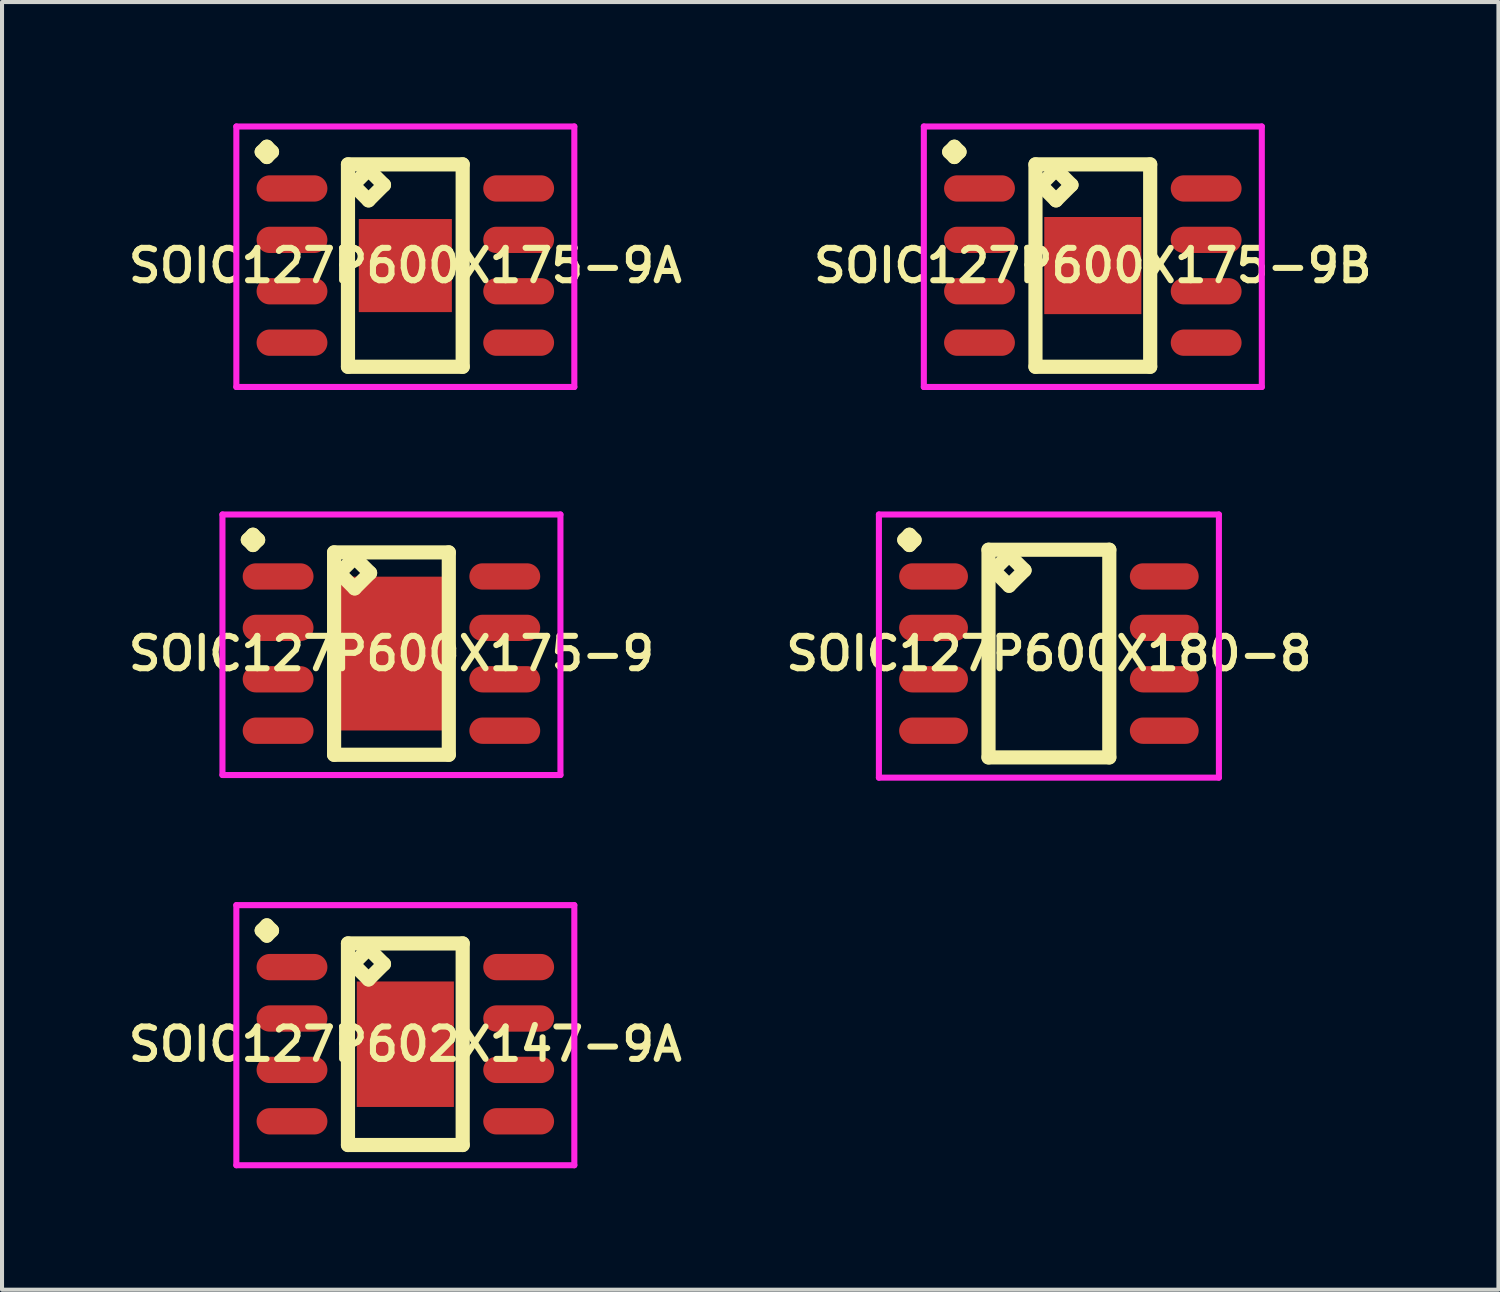
<source format=kicad_pcb>
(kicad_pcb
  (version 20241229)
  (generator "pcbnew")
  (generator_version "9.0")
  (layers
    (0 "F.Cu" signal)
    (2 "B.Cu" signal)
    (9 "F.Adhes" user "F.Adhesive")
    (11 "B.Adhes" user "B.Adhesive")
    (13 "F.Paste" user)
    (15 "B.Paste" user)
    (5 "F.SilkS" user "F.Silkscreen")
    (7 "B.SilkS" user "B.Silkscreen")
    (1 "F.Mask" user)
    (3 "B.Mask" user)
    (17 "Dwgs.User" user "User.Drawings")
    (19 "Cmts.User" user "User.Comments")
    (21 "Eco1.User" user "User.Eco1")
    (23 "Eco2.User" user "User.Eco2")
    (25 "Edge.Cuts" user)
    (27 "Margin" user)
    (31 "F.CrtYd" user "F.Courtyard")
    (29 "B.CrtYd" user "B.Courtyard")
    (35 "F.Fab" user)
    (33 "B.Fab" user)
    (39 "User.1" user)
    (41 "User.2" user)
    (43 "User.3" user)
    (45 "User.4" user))
  (footprint "SOIC127P600X180-8"
    (layer "F.Cu")
    (at 22.864 13.097)
    (property "Reference" "SOIC127P600X180-8" (at 0 0 0) (layer "F.SilkS") (effects (font (size 0.8 0.8) (thickness 0.15))))
    (attr smd)
    (fp_line (start -3.573 -2.809) (end -3.446 -2.936) (stroke (width 0.35) (type solid)) (layer "F.SilkS"))
    (fp_line (start -3.446 -2.936) (end -3.319 -2.809) (stroke (width 0.35) (type solid)) (layer "F.SilkS"))
    (fp_line (start -3.446 -2.682) (end -3.573 -2.809) (stroke (width 0.35) (type solid)) (layer "F.SilkS"))
    (fp_line (start -3.319 -2.809) (end -3.446 -2.682) (stroke (width 0.35) (type solid)) (layer "F.SilkS"))
    (fp_line (start -1.492 -2.565) (end -1.492 2.565) (stroke (width 0.35) (type solid)) (layer "F.SilkS"))
    (fp_line (start -1.492 2.565) (end 1.492 2.565) (stroke (width 0.35) (type solid)) (layer "F.SilkS"))
    (fp_line (start -1.365 -2.057) (end -0.984 -2.438) (stroke (width 0.35) (type solid)) (layer "F.SilkS"))
    (fp_line (start -0.984 -2.438) (end -0.603 -2.057) (stroke (width 0.35) (type solid)) (layer "F.SilkS"))
    (fp_line (start -0.984 -1.676) (end -1.365 -2.057) (stroke (width 0.35) (type solid)) (layer "F.SilkS"))
    (fp_line (start -0.603 -2.057) (end -0.984 -1.676) (stroke (width 0.35) (type solid)) (layer "F.SilkS"))
    (fp_line (start 1.492 -2.565) (end -1.492 -2.565) (stroke (width 0.35) (type solid)) (layer "F.SilkS"))
    (fp_line (start 1.492 2.565) (end 1.492 -2.565) (stroke (width 0.35) (type solid)) (layer "F.SilkS"))
    (fp_line (start -4.2 -3.436) (end 4.2 -3.436) (stroke (width 0.15) (type solid)) (layer "F.CrtYd"))
    (fp_line (start -4.2 3.065) (end -4.2 -3.436) (stroke (width 0.15) (type solid)) (layer "F.CrtYd"))
    (fp_line (start 4.2 -3.436) (end 4.2 3.065) (stroke (width 0.15) (type solid)) (layer "F.CrtYd"))
    (fp_line (start 4.2 3.065) (end -4.2 3.065) (stroke (width 0.15) (type solid)) (layer "F.CrtYd"))
    (pad "1" smd oval (at -2.85 -1.905) (size 1.7 0.65) (layers "F.Cu" "F.Mask" "F.Paste"))
    (pad "2" smd oval (at -2.85 -0.635) (size 1.7 0.65) (layers "F.Cu" "F.Mask" "F.Paste"))
    (pad "3" smd oval (at -2.85 0.635) (size 1.7 0.65) (layers "F.Cu" "F.Mask" "F.Paste"))
    (pad "4" smd oval (at -2.85 1.905) (size 1.7 0.65) (layers "F.Cu" "F.Mask" "F.Paste"))
    (pad "5" smd oval (at 2.85 1.905) (size 1.7 0.65) (layers "F.Cu" "F.Mask" "F.Paste"))
    (pad "6" smd oval (at 2.85 0.635) (size 1.7 0.65) (layers "F.Cu" "F.Mask" "F.Paste"))
    (pad "7" smd oval (at 2.85 -0.635) (size 1.7 0.65) (layers "F.Cu" "F.Mask" "F.Paste"))
    (pad "8" smd oval (at 2.85 -1.905) (size 1.7 0.65) (layers "F.Cu" "F.Mask" "F.Paste")))
  (footprint "SOIC127P600X175-9"
    (layer "F.Cu")
    (at 6.621 13.097)
    (property "Reference" "SOIC127P600X175-9" (at 0 0 0) (layer "F.SilkS") (effects (font (size 0.8 0.8) (thickness 0.15))))
    (attr smd)
    (fp_line (start -3.548 -2.809) (end -3.421 -2.936) (stroke (width 0.35) (type solid)) (layer "F.SilkS"))
    (fp_line (start -3.421 -2.936) (end -3.294 -2.809) (stroke (width 0.35) (type solid)) (layer "F.SilkS"))
    (fp_line (start -3.421 -2.682) (end -3.548 -2.809) (stroke (width 0.35) (type solid)) (layer "F.SilkS"))
    (fp_line (start -3.294 -2.809) (end -3.421 -2.682) (stroke (width 0.35) (type solid)) (layer "F.SilkS"))
    (fp_line (start -1.417 -2.5) (end -1.417 2.5) (stroke (width 0.35) (type solid)) (layer "F.SilkS"))
    (fp_line (start -1.417 2.5) (end 1.417 2.5) (stroke (width 0.35) (type solid)) (layer "F.SilkS"))
    (fp_line (start -1.29 -1.992) (end -0.909 -2.373) (stroke (width 0.35) (type solid)) (layer "F.SilkS"))
    (fp_line (start -0.909 -2.373) (end -0.528 -1.992) (stroke (width 0.35) (type solid)) (layer "F.SilkS"))
    (fp_line (start -0.909 -1.611) (end -1.29 -1.992) (stroke (width 0.35) (type solid)) (layer "F.SilkS"))
    (fp_line (start -0.528 -1.992) (end -0.909 -1.611) (stroke (width 0.35) (type solid)) (layer "F.SilkS"))
    (fp_line (start 1.417 -2.5) (end -1.417 -2.5) (stroke (width 0.35) (type solid)) (layer "F.SilkS"))
    (fp_line (start 1.417 2.5) (end 1.417 -2.5) (stroke (width 0.35) (type solid)) (layer "F.SilkS"))
    (fp_line (start -4.175 -3.436) (end 4.175 -3.436) (stroke (width 0.15) (type solid)) (layer "F.CrtYd"))
    (fp_line (start -4.175 3) (end -4.175 -3.436) (stroke (width 0.15) (type solid)) (layer "F.CrtYd"))
    (fp_line (start 4.175 -3.436) (end 4.175 3) (stroke (width 0.15) (type solid)) (layer "F.CrtYd"))
    (fp_line (start 4.175 3) (end -4.175 3) (stroke (width 0.15) (type solid)) (layer "F.CrtYd"))
    (pad "1" smd oval (at -2.8 -1.905) (size 1.75 0.65) (layers "F.Cu" "F.Mask" "F.Paste"))
    (pad "2" smd oval (at -2.8 -0.635) (size 1.75 0.65) (layers "F.Cu" "F.Mask" "F.Paste"))
    (pad "3" smd oval (at -2.8 0.635) (size 1.75 0.65) (layers "F.Cu" "F.Mask" "F.Paste"))
    (pad "4" smd oval (at -2.8 1.905) (size 1.75 0.65) (layers "F.Cu" "F.Mask" "F.Paste"))
    (pad "5" smd oval (at 2.8 1.905) (size 1.75 0.65) (layers "F.Cu" "F.Mask" "F.Paste"))
    (pad "6" smd oval (at 2.8 0.635) (size 1.75 0.65) (layers "F.Cu" "F.Mask" "F.Paste"))
    (pad "7" smd oval (at 2.8 -0.635) (size 1.75 0.65) (layers "F.Cu" "F.Mask" "F.Paste"))
    (pad "8" smd oval (at 2.8 -1.905) (size 1.75 0.65) (layers "F.Cu" "F.Mask" "F.Paste"))
    (pad "9" smd rect (at 0 0) (size 2.75 3.8) (layers "F.Cu" "F.Mask" "F.Paste")))
  (footprint "SOIC127P600X175-9B"
    (layer "F.Cu")
    (at 23.949 3.511)
    (property "Reference" "SOIC127P600X175-9B" (at 0 0 0) (layer "F.SilkS") (effects (font (size 0.8 0.8) (thickness 0.15))))
    (attr smd)
    (fp_line (start -3.548 -2.809) (end -3.421 -2.936) (stroke (width 0.35) (type solid)) (layer "F.SilkS"))
    (fp_line (start -3.421 -2.936) (end -3.294 -2.809) (stroke (width 0.35) (type solid)) (layer "F.SilkS"))
    (fp_line (start -3.421 -2.682) (end -3.548 -2.809) (stroke (width 0.35) (type solid)) (layer "F.SilkS"))
    (fp_line (start -3.294 -2.809) (end -3.421 -2.682) (stroke (width 0.35) (type solid)) (layer "F.SilkS"))
    (fp_line (start -1.417 -2.5) (end -1.417 2.5) (stroke (width 0.35) (type solid)) (layer "F.SilkS"))
    (fp_line (start -1.417 2.5) (end 1.417 2.5) (stroke (width 0.35) (type solid)) (layer "F.SilkS"))
    (fp_line (start -1.29 -1.992) (end -0.909 -2.373) (stroke (width 0.35) (type solid)) (layer "F.SilkS"))
    (fp_line (start -0.909 -2.373) (end -0.528 -1.992) (stroke (width 0.35) (type solid)) (layer "F.SilkS"))
    (fp_line (start -0.909 -1.611) (end -1.29 -1.992) (stroke (width 0.35) (type solid)) (layer "F.SilkS"))
    (fp_line (start -0.528 -1.992) (end -0.909 -1.611) (stroke (width 0.35) (type solid)) (layer "F.SilkS"))
    (fp_line (start 1.417 -2.5) (end -1.417 -2.5) (stroke (width 0.35) (type solid)) (layer "F.SilkS"))
    (fp_line (start 1.417 2.5) (end 1.417 -2.5) (stroke (width 0.35) (type solid)) (layer "F.SilkS"))
    (fp_line (start -4.175 -3.436) (end 4.175 -3.436) (stroke (width 0.15) (type solid)) (layer "F.CrtYd"))
    (fp_line (start -4.175 3) (end -4.175 -3.436) (stroke (width 0.15) (type solid)) (layer "F.CrtYd"))
    (fp_line (start 4.175 -3.436) (end 4.175 3) (stroke (width 0.15) (type solid)) (layer "F.CrtYd"))
    (fp_line (start 4.175 3) (end -4.175 3) (stroke (width 0.15) (type solid)) (layer "F.CrtYd"))
    (pad "1" smd oval (at -2.8 -1.905) (size 1.75 0.65) (layers "F.Cu" "F.Mask" "F.Paste"))
    (pad "2" smd oval (at -2.8 -0.635) (size 1.75 0.65) (layers "F.Cu" "F.Mask" "F.Paste"))
    (pad "3" smd oval (at -2.8 0.635) (size 1.75 0.65) (layers "F.Cu" "F.Mask" "F.Paste"))
    (pad "4" smd oval (at -2.8 1.905) (size 1.75 0.65) (layers "F.Cu" "F.Mask" "F.Paste"))
    (pad "5" smd oval (at 2.8 1.905) (size 1.75 0.65) (layers "F.Cu" "F.Mask" "F.Paste"))
    (pad "6" smd oval (at 2.8 0.635) (size 1.75 0.65) (layers "F.Cu" "F.Mask" "F.Paste"))
    (pad "7" smd oval (at 2.8 -0.635) (size 1.75 0.65) (layers "F.Cu" "F.Mask" "F.Paste"))
    (pad "8" smd oval (at 2.8 -1.905) (size 1.75 0.65) (layers "F.Cu" "F.Mask" "F.Paste"))
    (pad "9" smd rect (at 0 0) (size 2.4 2.4) (layers "F.Cu" "F.Mask" "F.Paste")))
  (footprint "SOIC127P602X147-9A"
    (layer "F.Cu")
    (at 6.964 22.748)
    (property "Reference" "SOIC127P602X147-9A" (at 0 0 0) (layer "F.SilkS") (effects (font (size 0.8 0.8) (thickness 0.15))))
    (attr smd)
    (fp_line (start -3.548 -2.809) (end -3.421 -2.936) (stroke (width 0.35) (type solid)) (layer "F.SilkS"))
    (fp_line (start -3.421 -2.936) (end -3.294 -2.809) (stroke (width 0.35) (type solid)) (layer "F.SilkS"))
    (fp_line (start -3.421 -2.682) (end -3.548 -2.809) (stroke (width 0.35) (type solid)) (layer "F.SilkS"))
    (fp_line (start -3.294 -2.809) (end -3.421 -2.682) (stroke (width 0.35) (type solid)) (layer "F.SilkS"))
    (fp_line (start -1.417 -2.49) (end -1.417 2.49) (stroke (width 0.35) (type solid)) (layer "F.SilkS"))
    (fp_line (start -1.417 2.49) (end 1.417 2.49) (stroke (width 0.35) (type solid)) (layer "F.SilkS"))
    (fp_line (start -1.29 -1.982) (end -0.909 -2.363) (stroke (width 0.35) (type solid)) (layer "F.SilkS"))
    (fp_line (start -0.909 -2.363) (end -0.528 -1.982) (stroke (width 0.35) (type solid)) (layer "F.SilkS"))
    (fp_line (start -0.909 -1.601) (end -1.29 -1.982) (stroke (width 0.35) (type solid)) (layer "F.SilkS"))
    (fp_line (start -0.528 -1.982) (end -0.909 -1.601) (stroke (width 0.35) (type solid)) (layer "F.SilkS"))
    (fp_line (start 1.417 -2.49) (end -1.417 -2.49) (stroke (width 0.35) (type solid)) (layer "F.SilkS"))
    (fp_line (start 1.417 2.49) (end 1.417 -2.49) (stroke (width 0.35) (type solid)) (layer "F.SilkS"))
    (fp_line (start -4.175 -3.436) (end 4.175 -3.436) (stroke (width 0.15) (type solid)) (layer "F.CrtYd"))
    (fp_line (start -4.175 2.99) (end -4.175 -3.436) (stroke (width 0.15) (type solid)) (layer "F.CrtYd"))
    (fp_line (start 4.175 -3.436) (end 4.175 2.99) (stroke (width 0.15) (type solid)) (layer "F.CrtYd"))
    (fp_line (start 4.175 2.99) (end -4.175 2.99) (stroke (width 0.15) (type solid)) (layer "F.CrtYd"))
    (pad "1" smd oval (at -2.8 -1.905) (size 1.75 0.65) (layers "F.Cu" "F.Mask" "F.Paste"))
    (pad "2" smd oval (at -2.8 -0.635) (size 1.75 0.65) (layers "F.Cu" "F.Mask" "F.Paste"))
    (pad "3" smd oval (at -2.8 0.635) (size 1.75 0.65) (layers "F.Cu" "F.Mask" "F.Paste"))
    (pad "4" smd oval (at -2.8 1.905) (size 1.75 0.65) (layers "F.Cu" "F.Mask" "F.Paste"))
    (pad "5" smd oval (at 2.8 1.905) (size 1.75 0.65) (layers "F.Cu" "F.Mask" "F.Paste"))
    (pad "6" smd oval (at 2.8 0.635) (size 1.75 0.65) (layers "F.Cu" "F.Mask" "F.Paste"))
    (pad "7" smd oval (at 2.8 -0.635) (size 1.75 0.65) (layers "F.Cu" "F.Mask" "F.Paste"))
    (pad "8" smd oval (at 2.8 -1.905) (size 1.75 0.65) (layers "F.Cu" "F.Mask" "F.Paste"))
    (pad "9" smd rect (at 0 0) (size 2.4 3.1) (layers "F.Cu" "F.Mask" "F.Paste")))
  (footprint "SOIC127P600X175-9A"
    (layer "F.Cu")
    (at 6.964 3.511)
    (property "Reference" "SOIC127P600X175-9A" (at 0 0 0) (layer "F.SilkS") (effects (font (size 0.8 0.8) (thickness 0.15))))
    (attr smd)
    (fp_line (start -3.548 -2.809) (end -3.421 -2.936) (stroke (width 0.35) (type solid)) (layer "F.SilkS"))
    (fp_line (start -3.421 -2.936) (end -3.294 -2.809) (stroke (width 0.35) (type solid)) (layer "F.SilkS"))
    (fp_line (start -3.421 -2.682) (end -3.548 -2.809) (stroke (width 0.35) (type solid)) (layer "F.SilkS"))
    (fp_line (start -3.294 -2.809) (end -3.421 -2.682) (stroke (width 0.35) (type solid)) (layer "F.SilkS"))
    (fp_line (start -1.417 -2.5) (end -1.417 2.5) (stroke (width 0.35) (type solid)) (layer "F.SilkS"))
    (fp_line (start -1.417 2.5) (end 1.417 2.5) (stroke (width 0.35) (type solid)) (layer "F.SilkS"))
    (fp_line (start -1.29 -1.992) (end -0.909 -2.373) (stroke (width 0.35) (type solid)) (layer "F.SilkS"))
    (fp_line (start -0.909 -2.373) (end -0.528 -1.992) (stroke (width 0.35) (type solid)) (layer "F.SilkS"))
    (fp_line (start -0.909 -1.611) (end -1.29 -1.992) (stroke (width 0.35) (type solid)) (layer "F.SilkS"))
    (fp_line (start -0.528 -1.992) (end -0.909 -1.611) (stroke (width 0.35) (type solid)) (layer "F.SilkS"))
    (fp_line (start 1.417 -2.5) (end -1.417 -2.5) (stroke (width 0.35) (type solid)) (layer "F.SilkS"))
    (fp_line (start 1.417 2.5) (end 1.417 -2.5) (stroke (width 0.35) (type solid)) (layer "F.SilkS"))
    (fp_line (start -4.175 -3.436) (end 4.175 -3.436) (stroke (width 0.15) (type solid)) (layer "F.CrtYd"))
    (fp_line (start -4.175 3) (end -4.175 -3.436) (stroke (width 0.15) (type solid)) (layer "F.CrtYd"))
    (fp_line (start 4.175 -3.436) (end 4.175 3) (stroke (width 0.15) (type solid)) (layer "F.CrtYd"))
    (fp_line (start 4.175 3) (end -4.175 3) (stroke (width 0.15) (type solid)) (layer "F.CrtYd"))
    (pad "1" smd oval (at -2.8 -1.905) (size 1.75 0.65) (layers "F.Cu" "F.Mask" "F.Paste"))
    (pad "2" smd oval (at -2.8 -0.635) (size 1.75 0.65) (layers "F.Cu" "F.Mask" "F.Paste"))
    (pad "3" smd oval (at -2.8 0.635) (size 1.75 0.65) (layers "F.Cu" "F.Mask" "F.Paste"))
    (pad "4" smd oval (at -2.8 1.905) (size 1.75 0.65) (layers "F.Cu" "F.Mask" "F.Paste"))
    (pad "5" smd oval (at 2.8 1.905) (size 1.75 0.65) (layers "F.Cu" "F.Mask" "F.Paste"))
    (pad "6" smd oval (at 2.8 0.635) (size 1.75 0.65) (layers "F.Cu" "F.Mask" "F.Paste"))
    (pad "7" smd oval (at 2.8 -0.635) (size 1.75 0.65) (layers "F.Cu" "F.Mask" "F.Paste"))
    (pad "8" smd oval (at 2.8 -1.905) (size 1.75 0.65) (layers "F.Cu" "F.Mask" "F.Paste"))
    (pad "9" smd rect (at 0 0) (size 2.3 2.3) (layers "F.Cu" "F.Mask" "F.Paste")))
  (gr_rect
    (start -3 -3)
    (end 33.97 28.813)
    (stroke (width 0.1) (type default))
    (fill no)
    (layer "Edge.Cuts")))
</source>
